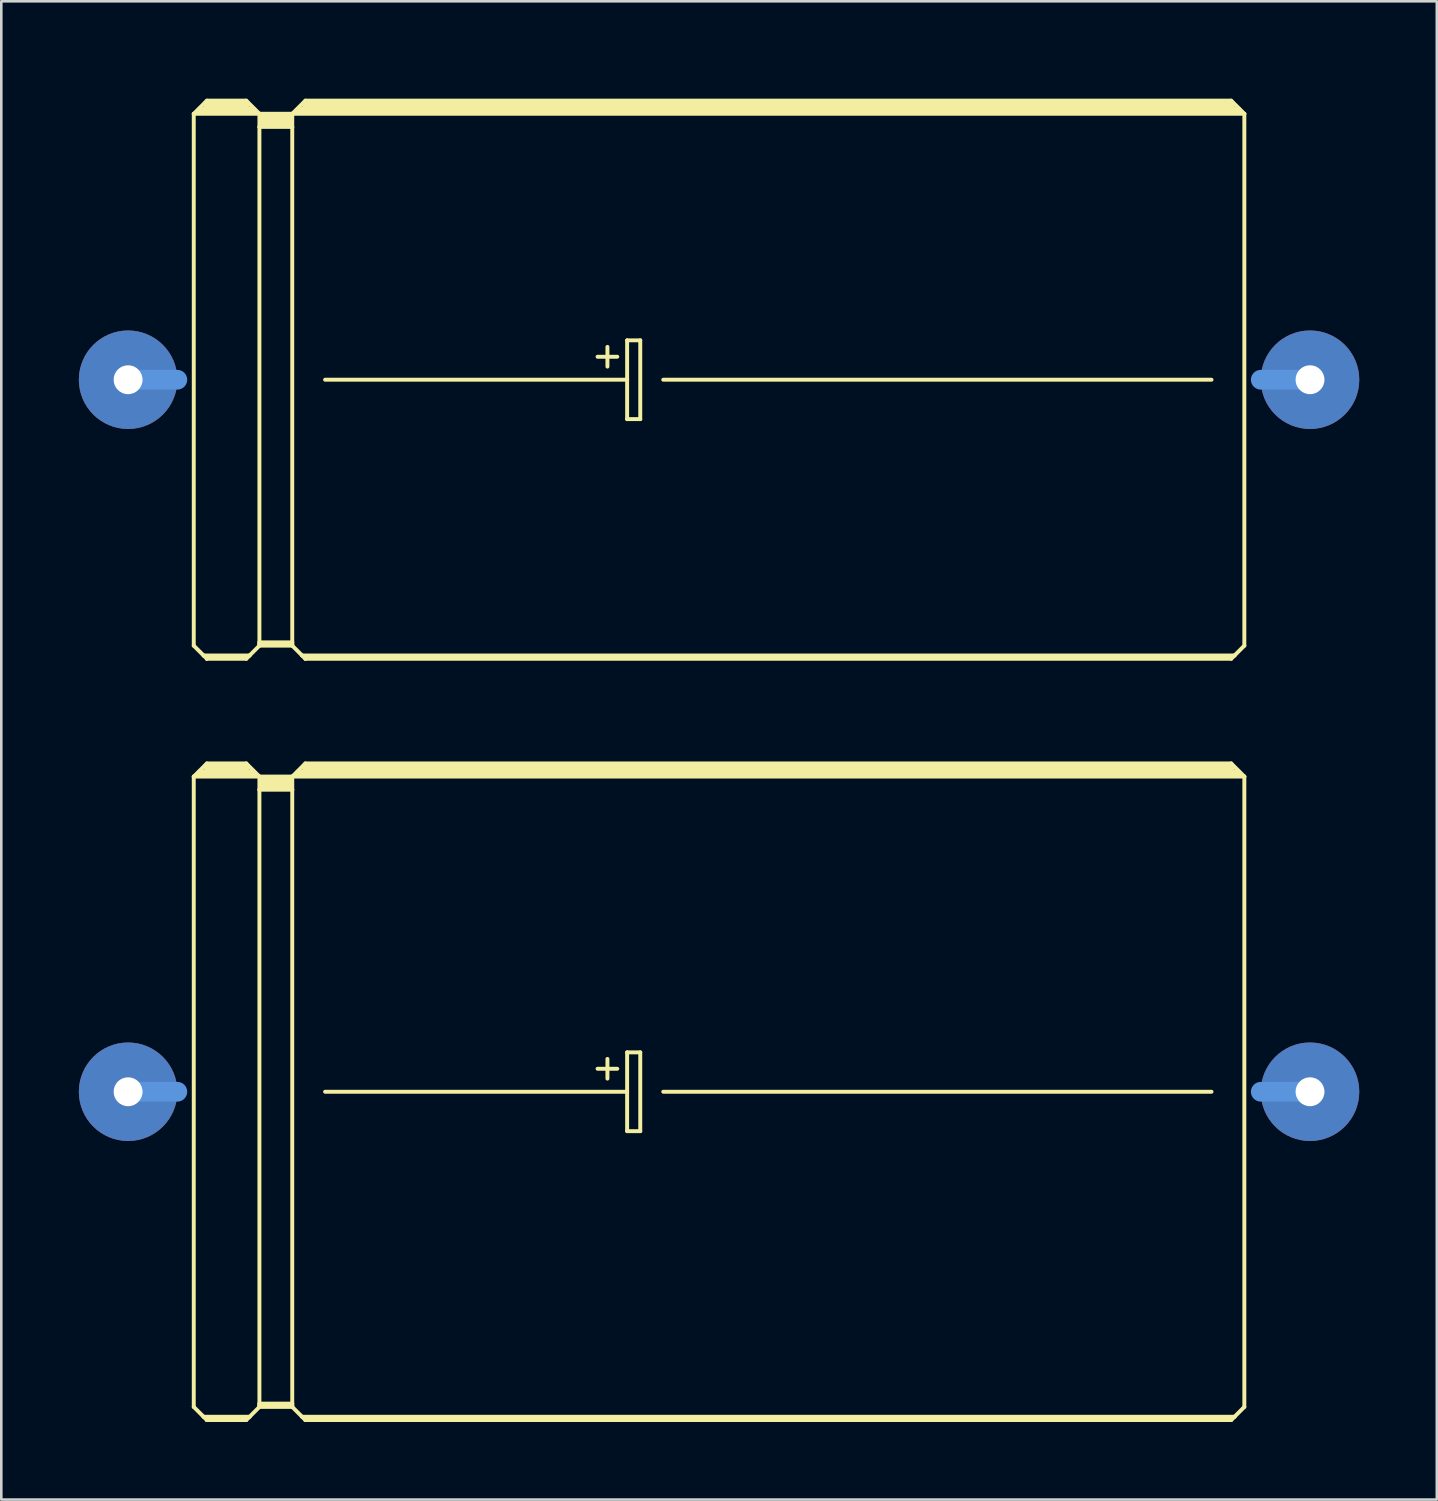
<source format=kicad_pcb>
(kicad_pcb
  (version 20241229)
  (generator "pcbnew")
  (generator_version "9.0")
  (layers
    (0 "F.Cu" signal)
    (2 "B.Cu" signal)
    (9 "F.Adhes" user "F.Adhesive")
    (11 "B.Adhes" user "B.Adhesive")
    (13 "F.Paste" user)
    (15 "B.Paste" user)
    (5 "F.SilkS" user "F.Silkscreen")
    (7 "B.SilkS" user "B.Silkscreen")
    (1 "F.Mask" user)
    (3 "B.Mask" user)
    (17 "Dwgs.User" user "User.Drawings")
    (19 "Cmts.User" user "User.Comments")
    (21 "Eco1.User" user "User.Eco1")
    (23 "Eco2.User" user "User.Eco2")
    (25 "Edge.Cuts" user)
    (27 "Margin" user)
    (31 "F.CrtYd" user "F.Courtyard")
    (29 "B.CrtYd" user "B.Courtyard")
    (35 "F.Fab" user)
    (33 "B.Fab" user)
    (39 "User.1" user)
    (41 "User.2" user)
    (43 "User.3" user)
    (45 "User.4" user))
  (footprint "E45-25"
    (layer "F.Cu")
    (at 24.765 39.182)
    (property "Reference" "E45-25" (at -16.002 -12.319 0) (layer "Eco1.User") (effects (font (size 1.778 1.778) (thickness 0.178))))
    (attr through_hole)
    (fp_line (start -20.32 -12.192) (end -20.32 12.192) (stroke (width 0.152) (type solid)) (layer "F.SilkS"))
    (fp_line (start -20.32 -12.192) (end -19.812 -12.7) (stroke (width 0.152) (type solid)) (layer "F.SilkS"))
    (fp_line (start -20.32 -12.192) (end -17.78 -12.192) (stroke (width 0.152) (type solid)) (layer "F.SilkS"))
    (fp_line (start -20.32 12.192) (end -19.939 12.573) (stroke (width 0.152) (type solid)) (layer "F.SilkS"))
    (fp_line (start -20.066 -12.319) (end -18.034 -12.319) (stroke (width 0.305) (type solid)) (layer "F.SilkS"))
    (fp_line (start -19.939 12.573) (end -19.812 12.7) (stroke (width 0.152) (type solid)) (layer "F.SilkS"))
    (fp_line (start -19.939 12.573) (end -18.161 12.573) (stroke (width 0.152) (type solid)) (layer "F.SilkS"))
    (fp_line (start -19.812 -12.7) (end -18.288 -12.7) (stroke (width 0.152) (type solid)) (layer "F.SilkS"))
    (fp_line (start -19.812 -12.573) (end -18.288 -12.573) (stroke (width 0.305) (type solid)) (layer "F.SilkS"))
    (fp_line (start -19.812 12.649) (end -18.288 12.649) (stroke (width 0.152) (type solid)) (layer "F.SilkS"))
    (fp_line (start -19.812 12.7) (end -19.812 12.649) (stroke (width 0.152) (type solid)) (layer "F.SilkS"))
    (fp_line (start -19.812 12.7) (end -18.288 12.7) (stroke (width 0.152) (type solid)) (layer "F.SilkS"))
    (fp_line (start -18.288 -12.7) (end -17.78 -12.192) (stroke (width 0.152) (type solid)) (layer "F.SilkS"))
    (fp_line (start -18.288 12.7) (end -18.161 12.573) (stroke (width 0.152) (type solid)) (layer "F.SilkS"))
    (fp_line (start -18.161 12.573) (end -17.78 12.192) (stroke (width 0.152) (type solid)) (layer "F.SilkS"))
    (fp_line (start -17.78 -12.192) (end -16.51 -12.192) (stroke (width 0.152) (type solid)) (layer "F.SilkS"))
    (fp_line (start -17.78 -11.684) (end -17.78 -12.192) (stroke (width 0.152) (type solid)) (layer "F.SilkS"))
    (fp_line (start -17.78 -11.684) (end -16.51 -11.684) (stroke (width 0.152) (type solid)) (layer "F.SilkS"))
    (fp_line (start -17.78 12.065) (end -17.78 -11.684) (stroke (width 0.152) (type solid)) (layer "F.SilkS"))
    (fp_line (start -17.78 12.065) (end -16.51 12.065) (stroke (width 0.152) (type solid)) (layer "F.SilkS"))
    (fp_line (start -17.78 12.141) (end -17.78 12.065) (stroke (width 0.152) (type solid)) (layer "F.SilkS"))
    (fp_line (start -17.78 12.141) (end -16.51 12.141) (stroke (width 0.152) (type solid)) (layer "F.SilkS"))
    (fp_line (start -17.78 12.192) (end -17.78 12.141) (stroke (width 0.152) (type solid)) (layer "F.SilkS"))
    (fp_line (start -17.78 12.192) (end -16.51 12.192) (stroke (width 0.152) (type solid)) (layer "F.SilkS"))
    (fp_line (start -17.653 -12.065) (end -16.637 -12.065) (stroke (width 0.305) (type solid)) (layer "F.SilkS"))
    (fp_line (start -17.653 -11.811) (end -16.637 -11.811) (stroke (width 0.305) (type solid)) (layer "F.SilkS"))
    (fp_line (start -16.51 -12.192) (end -16.002 -12.7) (stroke (width 0.152) (type solid)) (layer "F.SilkS"))
    (fp_line (start -16.51 -12.192) (end 20.32 -12.192) (stroke (width 0.152) (type solid)) (layer "F.SilkS"))
    (fp_line (start -16.51 -11.684) (end -16.51 -12.192) (stroke (width 0.152) (type solid)) (layer "F.SilkS"))
    (fp_line (start -16.51 12.065) (end -16.51 -11.684) (stroke (width 0.152) (type solid)) (layer "F.SilkS"))
    (fp_line (start -16.51 12.141) (end -16.51 12.065) (stroke (width 0.152) (type solid)) (layer "F.SilkS"))
    (fp_line (start -16.51 12.192) (end -16.51 12.141) (stroke (width 0.152) (type solid)) (layer "F.SilkS"))
    (fp_line (start -16.51 12.192) (end -16.129 12.573) (stroke (width 0.152) (type solid)) (layer "F.SilkS"))
    (fp_line (start -16.256 -12.319) (end 20.066 -12.319) (stroke (width 0.305) (type solid)) (layer "F.SilkS"))
    (fp_line (start -16.129 12.573) (end -16.002 12.7) (stroke (width 0.152) (type solid)) (layer "F.SilkS"))
    (fp_line (start -16.129 12.573) (end 19.939 12.573) (stroke (width 0.152) (type solid)) (layer "F.SilkS"))
    (fp_line (start -16.002 -12.7) (end 19.812 -12.7) (stroke (width 0.152) (type solid)) (layer "F.SilkS"))
    (fp_line (start -16.002 -12.573) (end 19.812 -12.573) (stroke (width 0.305) (type solid)) (layer "F.SilkS"))
    (fp_line (start -16.002 12.649) (end 19.812 12.649) (stroke (width 0.152) (type solid)) (layer "F.SilkS"))
    (fp_line (start -16.002 12.7) (end -16.002 12.649) (stroke (width 0.152) (type solid)) (layer "F.SilkS"))
    (fp_line (start -16.002 12.7) (end 19.812 12.7) (stroke (width 0.152) (type solid)) (layer "F.SilkS"))
    (fp_line (start -15.24 0) (end -3.556 0) (stroke (width 0.152) (type solid)) (layer "F.SilkS"))
    (fp_line (start -4.699 -0.889) (end -3.937 -0.889) (stroke (width 0.152) (type solid)) (layer "F.SilkS"))
    (fp_line (start -4.318 -1.27) (end -4.318 -0.508) (stroke (width 0.152) (type solid)) (layer "F.SilkS"))
    (fp_line (start -3.556 -1.524) (end -3.556 0) (stroke (width 0.152) (type solid)) (layer "F.SilkS"))
    (fp_line (start -3.556 0) (end -3.556 1.524) (stroke (width 0.152) (type solid)) (layer "F.SilkS"))
    (fp_line (start -3.556 1.524) (end -3.048 1.524) (stroke (width 0.152) (type solid)) (layer "F.SilkS"))
    (fp_line (start -3.048 -1.524) (end -3.556 -1.524) (stroke (width 0.152) (type solid)) (layer "F.SilkS"))
    (fp_line (start -3.048 1.524) (end -3.048 -1.524) (stroke (width 0.152) (type solid)) (layer "F.SilkS"))
    (fp_line (start -2.159 0) (end 19.05 0) (stroke (width 0.152) (type solid)) (layer "F.SilkS"))
    (fp_line (start 19.812 -12.7) (end 20.32 -12.192) (stroke (width 0.152) (type solid)) (layer "F.SilkS"))
    (fp_line (start 19.812 12.7) (end 19.939 12.573) (stroke (width 0.152) (type solid)) (layer "F.SilkS"))
    (fp_line (start 19.939 12.573) (end 20.32 12.192) (stroke (width 0.152) (type solid)) (layer "F.SilkS"))
    (fp_line (start 20.32 -12.192) (end 20.32 12.192) (stroke (width 0.152) (type solid)) (layer "F.SilkS"))
    (fp_line (start -22.86 0) (end -20.955 0) (stroke (width 0.762) (type solid)) (layer "Cmts.User"))
    (fp_line (start 22.86 0) (end 20.955 0) (stroke (width 0.762) (type solid)) (layer "Cmts.User"))
    (pad "+" thru_hole oval (at -22.86 0) (size 3.81 3.81) (drill 1.118) (layers "*.Cu" "*.Mask"))
    (pad "-" thru_hole oval (at 22.86 0) (size 3.81 3.81) (drill 1.118) (layers "*.Cu" "*.Mask")))
  (footprint "E45-21"
    (layer "F.Cu")
    (at 24.765 11.639)
    (property "Reference" "E45-21" (at -16.129 -10.287 0) (layer "Eco1.User") (effects (font (size 1.778 1.778) (thickness 0.178))))
    (attr through_hole)
    (fp_line (start -20.32 -10.287) (end -20.32 10.287) (stroke (width 0.152) (type solid)) (layer "F.SilkS"))
    (fp_line (start -20.32 -10.287) (end -19.812 -10.795) (stroke (width 0.152) (type solid)) (layer "F.SilkS"))
    (fp_line (start -20.32 -10.287) (end -17.78 -10.287) (stroke (width 0.152) (type solid)) (layer "F.SilkS"))
    (fp_line (start -20.32 10.287) (end -19.939 10.668) (stroke (width 0.152) (type solid)) (layer "F.SilkS"))
    (fp_line (start -20.066 -10.414) (end -18.034 -10.414) (stroke (width 0.305) (type solid)) (layer "F.SilkS"))
    (fp_line (start -19.939 10.668) (end -19.812 10.795) (stroke (width 0.152) (type solid)) (layer "F.SilkS"))
    (fp_line (start -19.939 10.668) (end -18.161 10.668) (stroke (width 0.152) (type solid)) (layer "F.SilkS"))
    (fp_line (start -19.812 -10.795) (end -18.288 -10.795) (stroke (width 0.152) (type solid)) (layer "F.SilkS"))
    (fp_line (start -19.812 -10.668) (end -18.288 -10.668) (stroke (width 0.305) (type solid)) (layer "F.SilkS"))
    (fp_line (start -19.812 10.744) (end -18.288 10.744) (stroke (width 0.152) (type solid)) (layer "F.SilkS"))
    (fp_line (start -19.812 10.795) (end -19.812 10.744) (stroke (width 0.152) (type solid)) (layer "F.SilkS"))
    (fp_line (start -19.812 10.795) (end -18.288 10.795) (stroke (width 0.152) (type solid)) (layer "F.SilkS"))
    (fp_line (start -18.288 -10.795) (end -17.78 -10.287) (stroke (width 0.152) (type solid)) (layer "F.SilkS"))
    (fp_line (start -18.288 10.795) (end -18.161 10.668) (stroke (width 0.152) (type solid)) (layer "F.SilkS"))
    (fp_line (start -18.161 10.668) (end -17.78 10.287) (stroke (width 0.152) (type solid)) (layer "F.SilkS"))
    (fp_line (start -17.78 -10.287) (end -16.51 -10.287) (stroke (width 0.152) (type solid)) (layer "F.SilkS"))
    (fp_line (start -17.78 -9.779) (end -17.78 -10.287) (stroke (width 0.152) (type solid)) (layer "F.SilkS"))
    (fp_line (start -17.78 -9.779) (end -16.51 -9.779) (stroke (width 0.152) (type solid)) (layer "F.SilkS"))
    (fp_line (start -17.78 10.16) (end -17.78 -9.779) (stroke (width 0.152) (type solid)) (layer "F.SilkS"))
    (fp_line (start -17.78 10.16) (end -16.51 10.16) (stroke (width 0.152) (type solid)) (layer "F.SilkS"))
    (fp_line (start -17.78 10.236) (end -17.78 10.16) (stroke (width 0.152) (type solid)) (layer "F.SilkS"))
    (fp_line (start -17.78 10.236) (end -16.51 10.236) (stroke (width 0.152) (type solid)) (layer "F.SilkS"))
    (fp_line (start -17.78 10.287) (end -17.78 10.236) (stroke (width 0.152) (type solid)) (layer "F.SilkS"))
    (fp_line (start -17.78 10.287) (end -16.51 10.287) (stroke (width 0.152) (type solid)) (layer "F.SilkS"))
    (fp_line (start -17.653 -10.16) (end -16.637 -10.16) (stroke (width 0.305) (type solid)) (layer "F.SilkS"))
    (fp_line (start -17.653 -9.906) (end -16.637 -9.906) (stroke (width 0.305) (type solid)) (layer "F.SilkS"))
    (fp_line (start -16.51 -10.287) (end -16.002 -10.795) (stroke (width 0.152) (type solid)) (layer "F.SilkS"))
    (fp_line (start -16.51 -10.287) (end 20.32 -10.287) (stroke (width 0.152) (type solid)) (layer "F.SilkS"))
    (fp_line (start -16.51 -9.779) (end -16.51 -10.287) (stroke (width 0.152) (type solid)) (layer "F.SilkS"))
    (fp_line (start -16.51 10.16) (end -16.51 -9.779) (stroke (width 0.152) (type solid)) (layer "F.SilkS"))
    (fp_line (start -16.51 10.236) (end -16.51 10.16) (stroke (width 0.152) (type solid)) (layer "F.SilkS"))
    (fp_line (start -16.51 10.287) (end -16.51 10.236) (stroke (width 0.152) (type solid)) (layer "F.SilkS"))
    (fp_line (start -16.51 10.287) (end -16.129 10.668) (stroke (width 0.152) (type solid)) (layer "F.SilkS"))
    (fp_line (start -16.256 -10.414) (end 20.066 -10.414) (stroke (width 0.305) (type solid)) (layer "F.SilkS"))
    (fp_line (start -16.129 10.668) (end -16.002 10.795) (stroke (width 0.152) (type solid)) (layer "F.SilkS"))
    (fp_line (start -16.129 10.668) (end 19.939 10.668) (stroke (width 0.152) (type solid)) (layer "F.SilkS"))
    (fp_line (start -16.002 -10.795) (end 19.812 -10.795) (stroke (width 0.152) (type solid)) (layer "F.SilkS"))
    (fp_line (start -16.002 -10.668) (end 19.812 -10.668) (stroke (width 0.305) (type solid)) (layer "F.SilkS"))
    (fp_line (start -16.002 10.744) (end 19.812 10.744) (stroke (width 0.152) (type solid)) (layer "F.SilkS"))
    (fp_line (start -16.002 10.795) (end -16.002 10.744) (stroke (width 0.152) (type solid)) (layer "F.SilkS"))
    (fp_line (start -16.002 10.795) (end 19.812 10.795) (stroke (width 0.152) (type solid)) (layer "F.SilkS"))
    (fp_line (start -15.24 0) (end -3.556 0) (stroke (width 0.152) (type solid)) (layer "F.SilkS"))
    (fp_line (start -4.699 -0.889) (end -3.937 -0.889) (stroke (width 0.152) (type solid)) (layer "F.SilkS"))
    (fp_line (start -4.318 -1.27) (end -4.318 -0.508) (stroke (width 0.152) (type solid)) (layer "F.SilkS"))
    (fp_line (start -3.556 -1.524) (end -3.556 0) (stroke (width 0.152) (type solid)) (layer "F.SilkS"))
    (fp_line (start -3.556 0) (end -3.556 1.524) (stroke (width 0.152) (type solid)) (layer "F.SilkS"))
    (fp_line (start -3.556 1.524) (end -3.048 1.524) (stroke (width 0.152) (type solid)) (layer "F.SilkS"))
    (fp_line (start -3.048 -1.524) (end -3.556 -1.524) (stroke (width 0.152) (type solid)) (layer "F.SilkS"))
    (fp_line (start -3.048 1.524) (end -3.048 -1.524) (stroke (width 0.152) (type solid)) (layer "F.SilkS"))
    (fp_line (start -2.159 0) (end 19.05 0) (stroke (width 0.152) (type solid)) (layer "F.SilkS"))
    (fp_line (start 19.812 -10.795) (end 20.32 -10.287) (stroke (width 0.152) (type solid)) (layer "F.SilkS"))
    (fp_line (start 19.812 10.795) (end 19.939 10.668) (stroke (width 0.152) (type solid)) (layer "F.SilkS"))
    (fp_line (start 19.939 10.668) (end 20.32 10.287) (stroke (width 0.152) (type solid)) (layer "F.SilkS"))
    (fp_line (start 20.32 -10.287) (end 20.32 10.287) (stroke (width 0.152) (type solid)) (layer "F.SilkS"))
    (fp_line (start -22.86 0) (end -20.955 0) (stroke (width 0.762) (type solid)) (layer "Cmts.User"))
    (fp_line (start 22.86 0) (end 20.955 0) (stroke (width 0.762) (type solid)) (layer "Cmts.User"))
    (pad "+" thru_hole oval (at -22.86 0) (size 3.81 3.81) (drill 1.118) (layers "*.Cu" "*.Mask"))
    (pad "-" thru_hole oval (at 22.86 0) (size 3.81 3.81) (drill 1.118) (layers "*.Cu" "*.Mask")))
  (gr_rect
    (start -3 -3)
    (end 52.53 54.958)
    (stroke (width 0.1) (type default))
    (fill no)
    (layer "Edge.Cuts")))
</source>
